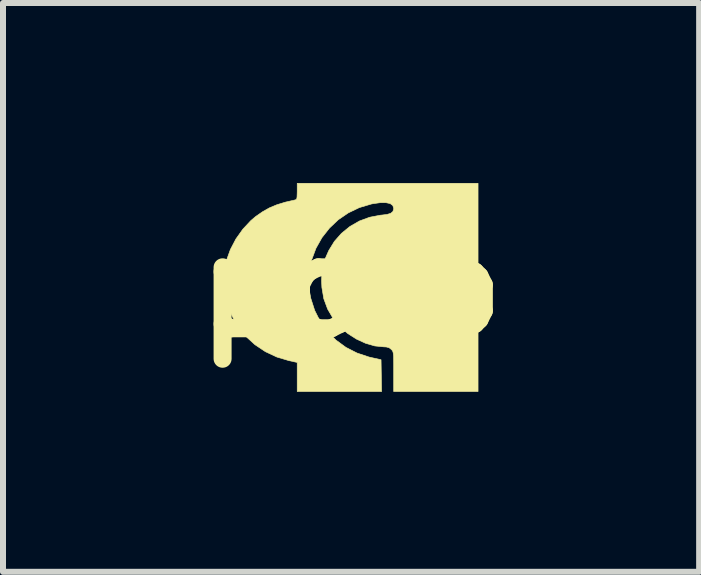
<source format=kicad_pcb>
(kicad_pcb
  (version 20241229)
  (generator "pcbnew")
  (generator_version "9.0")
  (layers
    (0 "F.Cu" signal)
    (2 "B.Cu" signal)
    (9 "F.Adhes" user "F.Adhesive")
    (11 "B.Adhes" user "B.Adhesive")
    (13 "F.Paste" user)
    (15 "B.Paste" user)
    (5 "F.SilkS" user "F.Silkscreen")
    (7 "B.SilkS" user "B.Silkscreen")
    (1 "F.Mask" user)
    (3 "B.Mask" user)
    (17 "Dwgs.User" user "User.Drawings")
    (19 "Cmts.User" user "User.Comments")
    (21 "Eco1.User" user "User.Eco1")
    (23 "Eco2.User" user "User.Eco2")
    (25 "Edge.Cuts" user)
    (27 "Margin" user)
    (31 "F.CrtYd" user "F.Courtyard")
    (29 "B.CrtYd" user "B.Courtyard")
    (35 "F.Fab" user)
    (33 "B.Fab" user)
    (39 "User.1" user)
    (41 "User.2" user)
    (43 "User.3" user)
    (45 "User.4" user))
  (footprint "poto"
    (layer "F.Cu")
    (at 2.801 1.732)
    (property "Reference" "poto" (at 0 0 0) (layer "F.SilkS") (effects (font (size 1.524 1.524) (thickness 0.3))))
    (attr through_hole)
    (fp_poly (pts (xy 2.117 1.744) (xy 0.711 1.744) (xy 0.711 1.413) (xy 0.711 1.3) (xy 0.71 1.215) (xy 0.709 1.154) (xy 0.705 1.112) (xy 0.699 1.084) (xy 0.691 1.065) (xy 0.679 1.05) (xy 0.67 1.041) (xy 0.633 1.013) (xy 0.587 1.001) (xy 0.545 0.999) (xy 0.396 0.984) (xy 0.241 0.939) (xy 0.089 0.869) (xy -0.055 0.777) (xy -0.171 0.677) (xy -0.296 0.531) (xy -0.39 0.37) (xy -0.454 0.197) (xy -0.486 0.009) (xy -0.491 -0.102) (xy -0.485 -0.239) (xy -0.464 -0.362) (xy -0.426 -0.482) (xy -0.371 -0.606) (xy -0.278 -0.758) (xy -0.159 -0.893) (xy -0.019 -1.007) (xy 0.139 -1.098) (xy 0.31 -1.161) (xy 0.488 -1.195) (xy 0.511 -1.197) (xy 0.601 -1.208) (xy 0.662 -1.227) (xy 0.697 -1.256) (xy 0.711 -1.297) (xy 0.711 -1.31) (xy 0.696 -1.357) (xy 0.653 -1.389) (xy 0.582 -1.404) (xy 0.486 -1.404) (xy 0.365 -1.387) (xy 0.336 -1.381) (xy 0.138 -1.322) (xy -0.045 -1.234) (xy -0.212 -1.12) (xy -0.359 -0.981) (xy -0.485 -0.821) (xy -0.585 -0.643) (xy -0.657 -0.449) (xy -0.663 -0.426) (xy -0.685 -0.309) (xy -0.697 -0.175) (xy -0.698 -0.035) (xy -0.688 0.097) (xy -0.671 0.19) (xy -0.606 0.392) (xy -0.513 0.577) (xy -0.393 0.743) (xy -0.25 0.887) (xy -0.085 1.008) (xy 0.099 1.102) (xy 0.3 1.169) (xy 0.335 1.177) (xy 0.5 1.214) (xy 0.509 1.744) (xy -0.897 1.744) (xy -0.897 1.259) (xy -1.031 1.23) (xy -1.236 1.169) (xy -1.428 1.079) (xy -1.603 0.962) (xy -1.757 0.821) (xy -1.881 0.667) (xy -1.937 0.574) (xy -1.992 0.463) (xy -2.041 0.347) (xy -2.077 0.24) (xy -2.078 0.237) (xy -2.095 0.149) (xy -2.105 0.038) (xy -2.109 -0.085) (xy -2.106 -0.209) (xy -2.097 -0.324) (xy -2.082 -0.419) (xy -2.077 -0.44) (xy -2.011 -0.623) (xy -1.919 -0.799) (xy -1.804 -0.961) (xy -1.672 -1.103) (xy -1.591 -1.172) (xy -1.476 -1.252) (xy -1.361 -1.317) (xy -1.237 -1.369) (xy -1.097 -1.412) (xy -0.936 -1.449) (xy -0.917 -1.455) (xy -0.905 -1.469) (xy -0.9 -1.499) (xy -0.898 -1.55) (xy -0.897 -1.592) (xy -0.897 -1.727) (xy 2.117 -1.727) (xy 2.117 1.744)) (stroke (width 0.01) (type solid)) (fill yes) (layer "F.SilkS")))
  (gr_rect
    (start -3 -3)
    (end 8.603 6.481)
    (stroke (width 0.1) (type default))
    (fill no)
    (layer "Edge.Cuts")))
</source>
